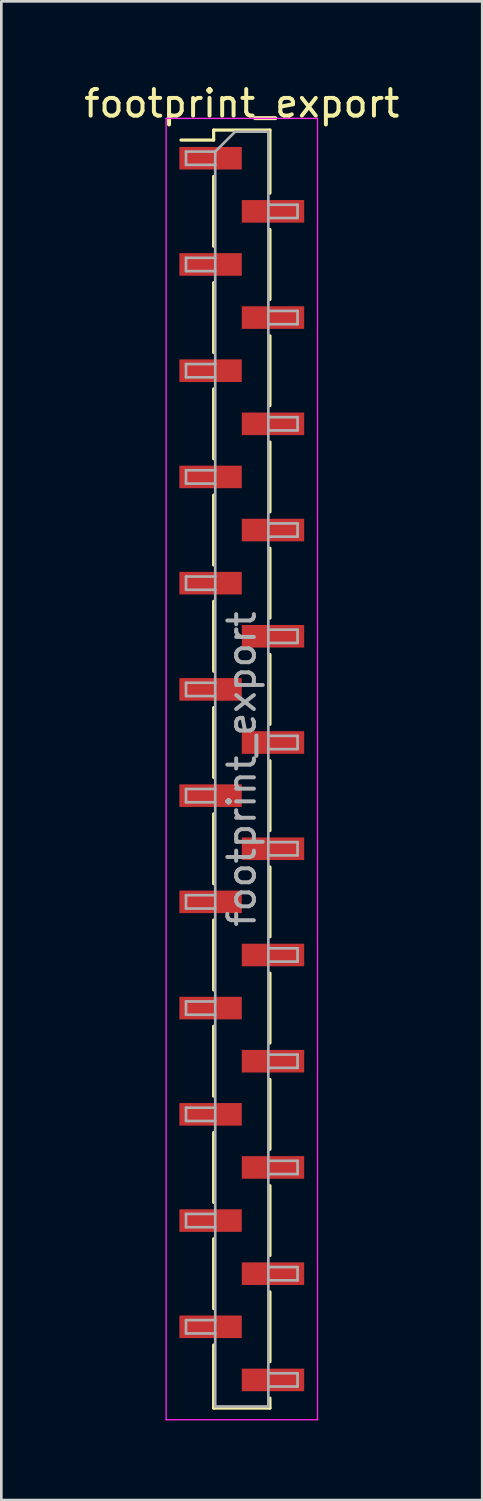
<source format=kicad_pcb>
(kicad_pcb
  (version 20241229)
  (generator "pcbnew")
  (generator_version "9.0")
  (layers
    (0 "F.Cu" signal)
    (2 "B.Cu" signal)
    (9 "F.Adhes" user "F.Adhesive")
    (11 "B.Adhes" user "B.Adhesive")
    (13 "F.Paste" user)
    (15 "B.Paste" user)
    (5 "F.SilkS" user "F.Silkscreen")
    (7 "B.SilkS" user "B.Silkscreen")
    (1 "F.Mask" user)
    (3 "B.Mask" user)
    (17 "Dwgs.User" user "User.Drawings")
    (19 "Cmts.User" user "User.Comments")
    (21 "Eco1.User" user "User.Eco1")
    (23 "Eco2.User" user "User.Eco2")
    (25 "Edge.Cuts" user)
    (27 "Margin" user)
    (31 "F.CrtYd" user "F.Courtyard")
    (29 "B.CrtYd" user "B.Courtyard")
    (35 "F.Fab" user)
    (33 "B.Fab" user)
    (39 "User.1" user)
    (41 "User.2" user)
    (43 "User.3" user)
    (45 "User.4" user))
  (footprint "footprint_export"
    (layer "F.Cu")
    (at 6.054 25.908)
    (property "Reference" "footprint_export" (at 0 -25.06 0) (layer "F.SilkS") (effects (font (size 1 1) (thickness 0.15))))
    (attr smd)
    (fp_line (start -1.06 -24.06) (end -1.06 -23.685) (stroke (width 0.12) (type solid)) (layer "F.SilkS"))
    (fp_line (start -1.06 -24.06) (end 1.06 -24.06) (stroke (width 0.12) (type solid)) (layer "F.SilkS"))
    (fp_line (start -1.06 -23.685) (end -2.29 -23.685) (stroke (width 0.12) (type solid)) (layer "F.SilkS"))
    (fp_line (start -1.06 -22.315) (end -1.06 -19.685) (stroke (width 0.12) (type solid)) (layer "F.SilkS"))
    (fp_line (start -1.06 -18.315) (end -1.06 -15.685) (stroke (width 0.12) (type solid)) (layer "F.SilkS"))
    (fp_line (start -1.06 -14.315) (end -1.06 -11.685) (stroke (width 0.12) (type solid)) (layer "F.SilkS"))
    (fp_line (start -1.06 -10.315) (end -1.06 -7.685) (stroke (width 0.12) (type solid)) (layer "F.SilkS"))
    (fp_line (start -1.06 -6.315) (end -1.06 -3.685) (stroke (width 0.12) (type solid)) (layer "F.SilkS"))
    (fp_line (start -1.06 -2.315) (end -1.06 0.315) (stroke (width 0.12) (type solid)) (layer "F.SilkS"))
    (fp_line (start -1.06 1.685) (end -1.06 4.315) (stroke (width 0.12) (type solid)) (layer "F.SilkS"))
    (fp_line (start -1.06 5.685) (end -1.06 8.315) (stroke (width 0.12) (type solid)) (layer "F.SilkS"))
    (fp_line (start -1.06 9.685) (end -1.06 12.315) (stroke (width 0.12) (type solid)) (layer "F.SilkS"))
    (fp_line (start -1.06 13.685) (end -1.06 16.315) (stroke (width 0.12) (type solid)) (layer "F.SilkS"))
    (fp_line (start -1.06 17.685) (end -1.06 20.315) (stroke (width 0.12) (type solid)) (layer "F.SilkS"))
    (fp_line (start -1.06 21.685) (end -1.06 24.06) (stroke (width 0.12) (type solid)) (layer "F.SilkS"))
    (fp_line (start -1.06 24.06) (end 1.06 24.06) (stroke (width 0.12) (type solid)) (layer "F.SilkS"))
    (fp_line (start 1.06 -24.06) (end 1.06 -21.685) (stroke (width 0.12) (type solid)) (layer "F.SilkS"))
    (fp_line (start 1.06 -20.315) (end 1.06 -17.685) (stroke (width 0.12) (type solid)) (layer "F.SilkS"))
    (fp_line (start 1.06 -16.315) (end 1.06 -13.685) (stroke (width 0.12) (type solid)) (layer "F.SilkS"))
    (fp_line (start 1.06 -12.315) (end 1.06 -9.685) (stroke (width 0.12) (type solid)) (layer "F.SilkS"))
    (fp_line (start 1.06 -8.315) (end 1.06 -5.685) (stroke (width 0.12) (type solid)) (layer "F.SilkS"))
    (fp_line (start 1.06 -4.315) (end 1.06 -1.685) (stroke (width 0.12) (type solid)) (layer "F.SilkS"))
    (fp_line (start 1.06 -0.315) (end 1.06 2.315) (stroke (width 0.12) (type solid)) (layer "F.SilkS"))
    (fp_line (start 1.06 3.685) (end 1.06 6.315) (stroke (width 0.12) (type solid)) (layer "F.SilkS"))
    (fp_line (start 1.06 7.685) (end 1.06 10.315) (stroke (width 0.12) (type solid)) (layer "F.SilkS"))
    (fp_line (start 1.06 11.685) (end 1.06 14.315) (stroke (width 0.12) (type solid)) (layer "F.SilkS"))
    (fp_line (start 1.06 15.685) (end 1.06 18.315) (stroke (width 0.12) (type solid)) (layer "F.SilkS"))
    (fp_line (start 1.06 19.685) (end 1.06 22.315) (stroke (width 0.12) (type solid)) (layer "F.SilkS"))
    (fp_line (start 1.06 23.685) (end 1.06 24.06) (stroke (width 0.12) (type solid)) (layer "F.SilkS"))
    (fp_line (start -2.85 -24.5) (end -2.85 24.5) (stroke (width 0.05) (type solid)) (layer "F.CrtYd"))
    (fp_line (start -2.85 24.5) (end 2.85 24.5) (stroke (width 0.05) (type solid)) (layer "F.CrtYd"))
    (fp_line (start 2.85 -24.5) (end -2.85 -24.5) (stroke (width 0.05) (type solid)) (layer "F.CrtYd"))
    (fp_line (start 2.85 24.5) (end 2.85 -24.5) (stroke (width 0.05) (type solid)) (layer "F.CrtYd"))
    (fp_line (start -2.1 -23.25) (end -2.1 -22.75) (stroke (width 0.1) (type solid)) (layer "F.Fab"))
    (fp_line (start -2.1 -22.75) (end -1 -22.75) (stroke (width 0.1) (type solid)) (layer "F.Fab"))
    (fp_line (start -2.1 -19.25) (end -2.1 -18.75) (stroke (width 0.1) (type solid)) (layer "F.Fab"))
    (fp_line (start -2.1 -18.75) (end -1 -18.75) (stroke (width 0.1) (type solid)) (layer "F.Fab"))
    (fp_line (start -2.1 -15.25) (end -2.1 -14.75) (stroke (width 0.1) (type solid)) (layer "F.Fab"))
    (fp_line (start -2.1 -14.75) (end -1 -14.75) (stroke (width 0.1) (type solid)) (layer "F.Fab"))
    (fp_line (start -2.1 -11.25) (end -2.1 -10.75) (stroke (width 0.1) (type solid)) (layer "F.Fab"))
    (fp_line (start -2.1 -10.75) (end -1 -10.75) (stroke (width 0.1) (type solid)) (layer "F.Fab"))
    (fp_line (start -2.1 -7.25) (end -2.1 -6.75) (stroke (width 0.1) (type solid)) (layer "F.Fab"))
    (fp_line (start -2.1 -6.75) (end -1 -6.75) (stroke (width 0.1) (type solid)) (layer "F.Fab"))
    (fp_line (start -2.1 -3.25) (end -2.1 -2.75) (stroke (width 0.1) (type solid)) (layer "F.Fab"))
    (fp_line (start -2.1 -2.75) (end -1 -2.75) (stroke (width 0.1) (type solid)) (layer "F.Fab"))
    (fp_line (start -2.1 0.75) (end -2.1 1.25) (stroke (width 0.1) (type solid)) (layer "F.Fab"))
    (fp_line (start -2.1 1.25) (end -1 1.25) (stroke (width 0.1) (type solid)) (layer "F.Fab"))
    (fp_line (start -2.1 4.75) (end -2.1 5.25) (stroke (width 0.1) (type solid)) (layer "F.Fab"))
    (fp_line (start -2.1 5.25) (end -1 5.25) (stroke (width 0.1) (type solid)) (layer "F.Fab"))
    (fp_line (start -2.1 8.75) (end -2.1 9.25) (stroke (width 0.1) (type solid)) (layer "F.Fab"))
    (fp_line (start -2.1 9.25) (end -1 9.25) (stroke (width 0.1) (type solid)) (layer "F.Fab"))
    (fp_line (start -2.1 12.75) (end -2.1 13.25) (stroke (width 0.1) (type solid)) (layer "F.Fab"))
    (fp_line (start -2.1 13.25) (end -1 13.25) (stroke (width 0.1) (type solid)) (layer "F.Fab"))
    (fp_line (start -2.1 16.75) (end -2.1 17.25) (stroke (width 0.1) (type solid)) (layer "F.Fab"))
    (fp_line (start -2.1 17.25) (end -1 17.25) (stroke (width 0.1) (type solid)) (layer "F.Fab"))
    (fp_line (start -2.1 20.75) (end -2.1 21.25) (stroke (width 0.1) (type solid)) (layer "F.Fab"))
    (fp_line (start -2.1 21.25) (end -1 21.25) (stroke (width 0.1) (type solid)) (layer "F.Fab"))
    (fp_line (start -1 -23.25) (end -2.1 -23.25) (stroke (width 0.1) (type solid)) (layer "F.Fab"))
    (fp_line (start -1 -23.25) (end -0.25 -24) (stroke (width 0.1) (type solid)) (layer "F.Fab"))
    (fp_line (start -1 -19.25) (end -2.1 -19.25) (stroke (width 0.1) (type solid)) (layer "F.Fab"))
    (fp_line (start -1 -15.25) (end -2.1 -15.25) (stroke (width 0.1) (type solid)) (layer "F.Fab"))
    (fp_line (start -1 -11.25) (end -2.1 -11.25) (stroke (width 0.1) (type solid)) (layer "F.Fab"))
    (fp_line (start -1 -7.25) (end -2.1 -7.25) (stroke (width 0.1) (type solid)) (layer "F.Fab"))
    (fp_line (start -1 -3.25) (end -2.1 -3.25) (stroke (width 0.1) (type solid)) (layer "F.Fab"))
    (fp_line (start -1 0.75) (end -2.1 0.75) (stroke (width 0.1) (type solid)) (layer "F.Fab"))
    (fp_line (start -1 4.75) (end -2.1 4.75) (stroke (width 0.1) (type solid)) (layer "F.Fab"))
    (fp_line (start -1 8.75) (end -2.1 8.75) (stroke (width 0.1) (type solid)) (layer "F.Fab"))
    (fp_line (start -1 12.75) (end -2.1 12.75) (stroke (width 0.1) (type solid)) (layer "F.Fab"))
    (fp_line (start -1 16.75) (end -2.1 16.75) (stroke (width 0.1) (type solid)) (layer "F.Fab"))
    (fp_line (start -1 20.75) (end -2.1 20.75) (stroke (width 0.1) (type solid)) (layer "F.Fab"))
    (fp_line (start -1 24) (end -1 -23.25) (stroke (width 0.1) (type solid)) (layer "F.Fab"))
    (fp_line (start -0.25 -24) (end 1 -24) (stroke (width 0.1) (type solid)) (layer "F.Fab"))
    (fp_line (start 1 -24) (end 1 24) (stroke (width 0.1) (type solid)) (layer "F.Fab"))
    (fp_line (start 1 -21.25) (end 2.1 -21.25) (stroke (width 0.1) (type solid)) (layer "F.Fab"))
    (fp_line (start 1 -17.25) (end 2.1 -17.25) (stroke (width 0.1) (type solid)) (layer "F.Fab"))
    (fp_line (start 1 -13.25) (end 2.1 -13.25) (stroke (width 0.1) (type solid)) (layer "F.Fab"))
    (fp_line (start 1 -9.25) (end 2.1 -9.25) (stroke (width 0.1) (type solid)) (layer "F.Fab"))
    (fp_line (start 1 -5.25) (end 2.1 -5.25) (stroke (width 0.1) (type solid)) (layer "F.Fab"))
    (fp_line (start 1 -1.25) (end 2.1 -1.25) (stroke (width 0.1) (type solid)) (layer "F.Fab"))
    (fp_line (start 1 2.75) (end 2.1 2.75) (stroke (width 0.1) (type solid)) (layer "F.Fab"))
    (fp_line (start 1 6.75) (end 2.1 6.75) (stroke (width 0.1) (type solid)) (layer "F.Fab"))
    (fp_line (start 1 10.75) (end 2.1 10.75) (stroke (width 0.1) (type solid)) (layer "F.Fab"))
    (fp_line (start 1 14.75) (end 2.1 14.75) (stroke (width 0.1) (type solid)) (layer "F.Fab"))
    (fp_line (start 1 18.75) (end 2.1 18.75) (stroke (width 0.1) (type solid)) (layer "F.Fab"))
    (fp_line (start 1 22.75) (end 2.1 22.75) (stroke (width 0.1) (type solid)) (layer "F.Fab"))
    (fp_line (start 1 24) (end -1 24) (stroke (width 0.1) (type solid)) (layer "F.Fab"))
    (fp_line (start 2.1 -21.25) (end 2.1 -20.75) (stroke (width 0.1) (type solid)) (layer "F.Fab"))
    (fp_line (start 2.1 -20.75) (end 1 -20.75) (stroke (width 0.1) (type solid)) (layer "F.Fab"))
    (fp_line (start 2.1 -17.25) (end 2.1 -16.75) (stroke (width 0.1) (type solid)) (layer "F.Fab"))
    (fp_line (start 2.1 -16.75) (end 1 -16.75) (stroke (width 0.1) (type solid)) (layer "F.Fab"))
    (fp_line (start 2.1 -13.25) (end 2.1 -12.75) (stroke (width 0.1) (type solid)) (layer "F.Fab"))
    (fp_line (start 2.1 -12.75) (end 1 -12.75) (stroke (width 0.1) (type solid)) (layer "F.Fab"))
    (fp_line (start 2.1 -9.25) (end 2.1 -8.75) (stroke (width 0.1) (type solid)) (layer "F.Fab"))
    (fp_line (start 2.1 -8.75) (end 1 -8.75) (stroke (width 0.1) (type solid)) (layer "F.Fab"))
    (fp_line (start 2.1 -5.25) (end 2.1 -4.75) (stroke (width 0.1) (type solid)) (layer "F.Fab"))
    (fp_line (start 2.1 -4.75) (end 1 -4.75) (stroke (width 0.1) (type solid)) (layer "F.Fab"))
    (fp_line (start 2.1 -1.25) (end 2.1 -0.75) (stroke (width 0.1) (type solid)) (layer "F.Fab"))
    (fp_line (start 2.1 -0.75) (end 1 -0.75) (stroke (width 0.1) (type solid)) (layer "F.Fab"))
    (fp_line (start 2.1 2.75) (end 2.1 3.25) (stroke (width 0.1) (type solid)) (layer "F.Fab"))
    (fp_line (start 2.1 3.25) (end 1 3.25) (stroke (width 0.1) (type solid)) (layer "F.Fab"))
    (fp_line (start 2.1 6.75) (end 2.1 7.25) (stroke (width 0.1) (type solid)) (layer "F.Fab"))
    (fp_line (start 2.1 7.25) (end 1 7.25) (stroke (width 0.1) (type solid)) (layer "F.Fab"))
    (fp_line (start 2.1 10.75) (end 2.1 11.25) (stroke (width 0.1) (type solid)) (layer "F.Fab"))
    (fp_line (start 2.1 11.25) (end 1 11.25) (stroke (width 0.1) (type solid)) (layer "F.Fab"))
    (fp_line (start 2.1 14.75) (end 2.1 15.25) (stroke (width 0.1) (type solid)) (layer "F.Fab"))
    (fp_line (start 2.1 15.25) (end 1 15.25) (stroke (width 0.1) (type solid)) (layer "F.Fab"))
    (fp_line (start 2.1 18.75) (end 2.1 19.25) (stroke (width 0.1) (type solid)) (layer "F.Fab"))
    (fp_line (start 2.1 19.25) (end 1 19.25) (stroke (width 0.1) (type solid)) (layer "F.Fab"))
    (fp_line (start 2.1 22.75) (end 2.1 23.25) (stroke (width 0.1) (type solid)) (layer "F.Fab"))
    (fp_line (start 2.1 23.25) (end 1 23.25) (stroke (width 0.1) (type solid)) (layer "F.Fab"))
    (fp_text user "${REFERENCE}" (at 0 0 90) (layer "F.Fab") (effects (font (size 1 1) (thickness 0.15))))
    (pad "1" smd rect (at -1.175 -23) (size 2.35 0.85) (layers "F.Cu" "F.Mask" "F.Paste"))
    (pad "2" smd rect (at 1.175 -21) (size 2.35 0.85) (layers "F.Cu" "F.Mask" "F.Paste"))
    (pad "3" smd rect (at -1.175 -19) (size 2.35 0.85) (layers "F.Cu" "F.Mask" "F.Paste"))
    (pad "4" smd rect (at 1.175 -17) (size 2.35 0.85) (layers "F.Cu" "F.Mask" "F.Paste"))
    (pad "5" smd rect (at -1.175 -15) (size 2.35 0.85) (layers "F.Cu" "F.Mask" "F.Paste"))
    (pad "6" smd rect (at 1.175 -13) (size 2.35 0.85) (layers "F.Cu" "F.Mask" "F.Paste"))
    (pad "7" smd rect (at -1.175 -11) (size 2.35 0.85) (layers "F.Cu" "F.Mask" "F.Paste"))
    (pad "8" smd rect (at 1.175 -9) (size 2.35 0.85) (layers "F.Cu" "F.Mask" "F.Paste"))
    (pad "9" smd rect (at -1.175 -7) (size 2.35 0.85) (layers "F.Cu" "F.Mask" "F.Paste"))
    (pad "10" smd rect (at 1.175 -5) (size 2.35 0.85) (layers "F.Cu" "F.Mask" "F.Paste"))
    (pad "11" smd rect (at -1.175 -3) (size 2.35 0.85) (layers "F.Cu" "F.Mask" "F.Paste"))
    (pad "12" smd rect (at 1.175 -1) (size 2.35 0.85) (layers "F.Cu" "F.Mask" "F.Paste"))
    (pad "13" smd rect (at -1.175 1) (size 2.35 0.85) (layers "F.Cu" "F.Mask" "F.Paste"))
    (pad "14" smd rect (at 1.175 3) (size 2.35 0.85) (layers "F.Cu" "F.Mask" "F.Paste"))
    (pad "15" smd rect (at -1.175 5) (size 2.35 0.85) (layers "F.Cu" "F.Mask" "F.Paste"))
    (pad "16" smd rect (at 1.175 7) (size 2.35 0.85) (layers "F.Cu" "F.Mask" "F.Paste"))
    (pad "17" smd rect (at -1.175 9) (size 2.35 0.85) (layers "F.Cu" "F.Mask" "F.Paste"))
    (pad "18" smd rect (at 1.175 11) (size 2.35 0.85) (layers "F.Cu" "F.Mask" "F.Paste"))
    (pad "19" smd rect (at -1.175 13) (size 2.35 0.85) (layers "F.Cu" "F.Mask" "F.Paste"))
    (pad "20" smd rect (at 1.175 15) (size 2.35 0.85) (layers "F.Cu" "F.Mask" "F.Paste"))
    (pad "21" smd rect (at -1.175 17) (size 2.35 0.85) (layers "F.Cu" "F.Mask" "F.Paste"))
    (pad "22" smd rect (at 1.175 19) (size 2.35 0.85) (layers "F.Cu" "F.Mask" "F.Paste"))
    (pad "23" smd rect (at -1.175 21) (size 2.35 0.85) (layers "F.Cu" "F.Mask" "F.Paste"))
    (pad "24" smd rect (at 1.175 23) (size 2.35 0.85) (layers "F.Cu" "F.Mask" "F.Paste")))
  (gr_rect
    (start -3 -3)
    (end 15.107 53.433)
    (stroke (width 0.1) (type default))
    (fill no)
    (layer "Edge.Cuts")))
</source>
